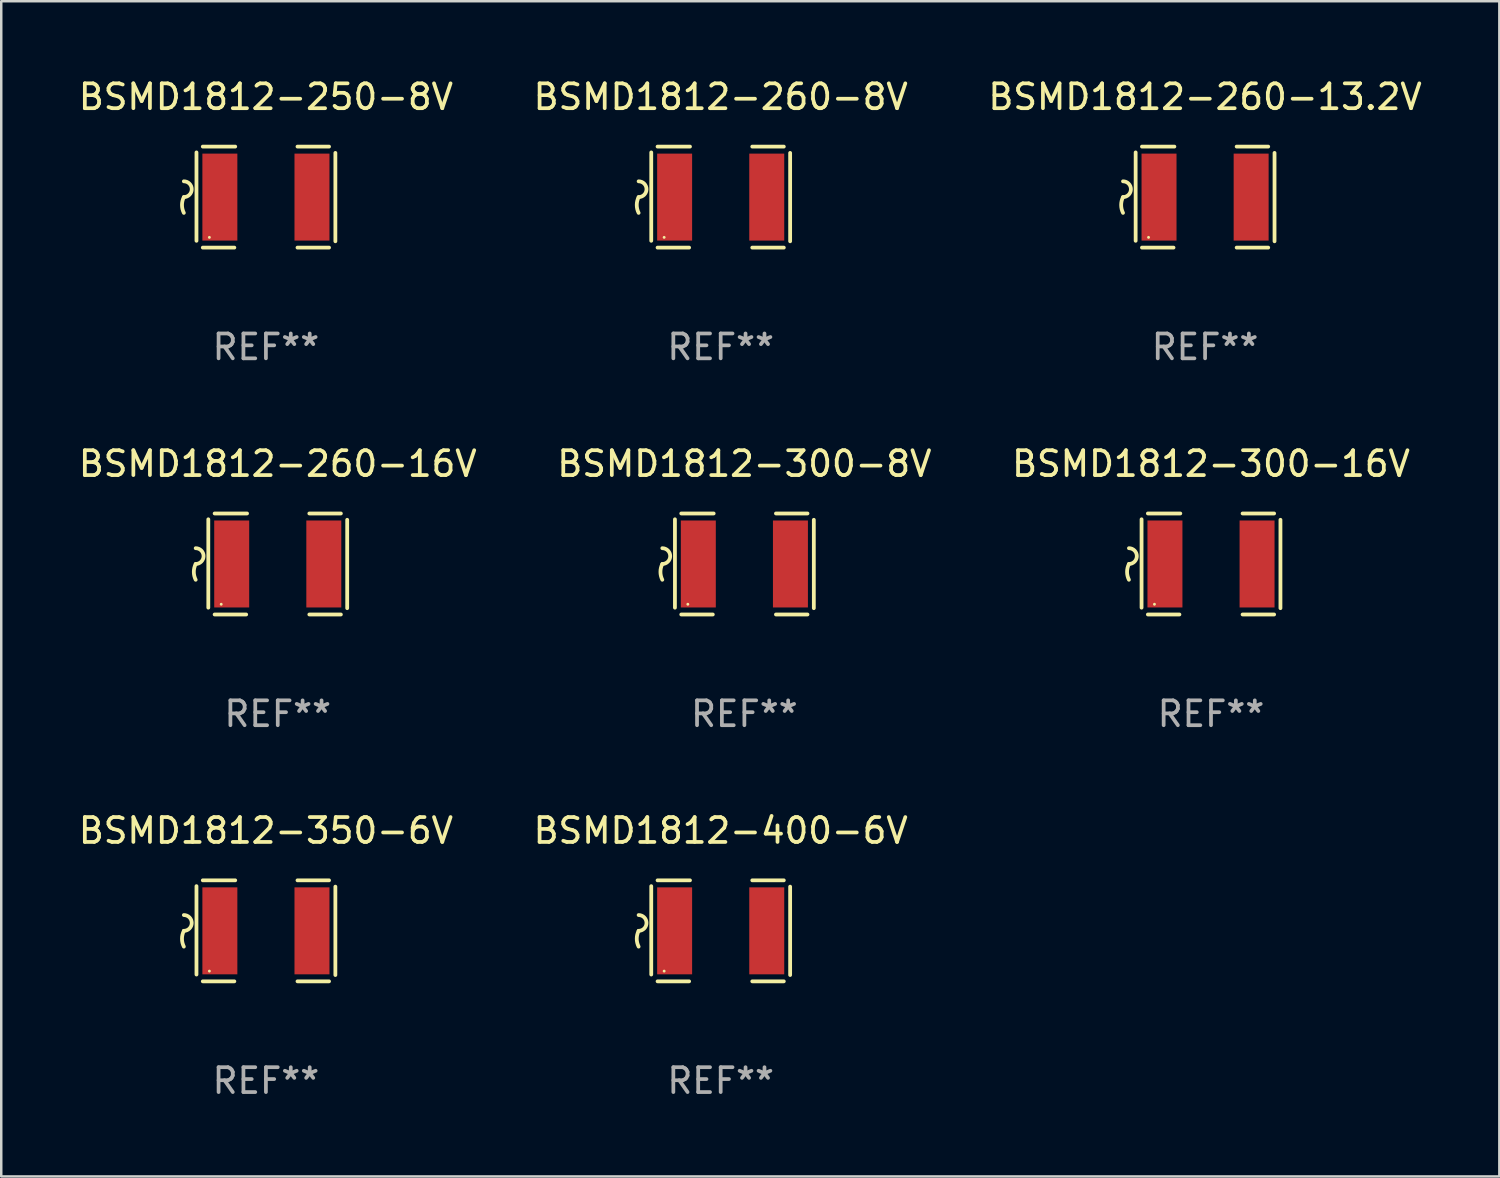
<source format=kicad_pcb>
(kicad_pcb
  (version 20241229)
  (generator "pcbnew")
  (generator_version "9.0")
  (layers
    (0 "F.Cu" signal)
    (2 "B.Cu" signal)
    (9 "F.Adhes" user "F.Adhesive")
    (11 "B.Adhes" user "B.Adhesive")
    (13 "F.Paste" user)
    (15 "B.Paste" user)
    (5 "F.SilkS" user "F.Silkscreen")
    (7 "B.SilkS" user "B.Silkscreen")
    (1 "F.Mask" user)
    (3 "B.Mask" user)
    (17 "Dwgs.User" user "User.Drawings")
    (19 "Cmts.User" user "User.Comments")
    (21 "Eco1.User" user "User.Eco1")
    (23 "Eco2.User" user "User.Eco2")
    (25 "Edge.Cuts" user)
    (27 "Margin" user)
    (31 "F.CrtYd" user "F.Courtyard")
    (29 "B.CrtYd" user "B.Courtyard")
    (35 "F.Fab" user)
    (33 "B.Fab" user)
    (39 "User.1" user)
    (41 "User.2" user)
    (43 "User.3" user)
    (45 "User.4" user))
  (footprint "BSMD1812-250-8V"
    (layer "F.Cu")
    (at 7.649 4.88)
    (property "Reference" "BSMD1812-250-8V" (at 0 -4.032 0) (layer "F.SilkS") (effects (font (size 1 1) (thickness 0.15))))
    (attr through_hole)
    (fp_line (start -2.794 -1.798) (end -2.794 1.758) (stroke (width 0.152) (type solid)) (layer "F.SilkS"))
    (fp_line (start -2.54 -2.032) (end -1.235 -2.032) (stroke (width 0.152) (type solid)) (layer "F.SilkS"))
    (fp_line (start -1.27 2.032) (end -2.54 2.032) (stroke (width 0.152) (type solid)) (layer "F.SilkS"))
    (fp_line (start 1.27 2.032) (end 2.54 2.032) (stroke (width 0.152) (type solid)) (layer "F.SilkS"))
    (fp_line (start 2.54 -2.032) (end 1.27 -2.032) (stroke (width 0.152) (type solid)) (layer "F.SilkS"))
    (fp_line (start 2.794 -1.778) (end 2.794 1.778) (stroke (width 0.152) (type solid)) (layer "F.SilkS"))
    (fp_arc (start -3.302007 -0.635002) (mid -2.984506 -0.317501) (end -3.302007 0) (stroke (width 0.151994) (type solid)) (layer "F.SilkS"))
    (fp_arc (start -3.302007 0.635002) (mid -3.376959 0.317501) (end -3.302007 0) (stroke (width 0.151994) (type solid)) (layer "F.SilkS"))
    (fp_circle (center -2.275 1.62) (end -2.245 1.62) (stroke (width 0.06) (type solid)) (fill no) (layer "F.SilkS"))
    (fp_text user "REF**" (at 0 6.032 0) (layer "F.Fab") (effects (font (size 1 1) (thickness 0.15))))
    (pad "1" smd rect (at -1.853 0) (size 1.407 3.499) (layers "F.Cu" "F.Mask" "F.Paste"))
    (pad "2" smd rect (at 1.853 0) (size 1.407 3.499) (layers "F.Cu" "F.Mask" "F.Paste")))
  (footprint "BSMD1812-260-16V"
    (layer "F.Cu")
    (at 8.125 19.641)
    (property "Reference" "BSMD1812-260-16V" (at 0 -4.032 0) (layer "F.SilkS") (effects (font (size 1 1) (thickness 0.15))))
    (attr through_hole)
    (fp_line (start -2.794 -1.798) (end -2.794 1.758) (stroke (width 0.152) (type solid)) (layer "F.SilkS"))
    (fp_line (start -2.54 -2.032) (end -1.235 -2.032) (stroke (width 0.152) (type solid)) (layer "F.SilkS"))
    (fp_line (start -1.27 2.032) (end -2.54 2.032) (stroke (width 0.152) (type solid)) (layer "F.SilkS"))
    (fp_line (start 1.27 2.032) (end 2.54 2.032) (stroke (width 0.152) (type solid)) (layer "F.SilkS"))
    (fp_line (start 2.54 -2.032) (end 1.27 -2.032) (stroke (width 0.152) (type solid)) (layer "F.SilkS"))
    (fp_line (start 2.794 -1.778) (end 2.794 1.778) (stroke (width 0.152) (type solid)) (layer "F.SilkS"))
    (fp_arc (start -3.302007 -0.635002) (mid -2.984506 -0.317501) (end -3.302007 0) (stroke (width 0.151994) (type solid)) (layer "F.SilkS"))
    (fp_arc (start -3.302007 0.635002) (mid -3.376959 0.317501) (end -3.302007 0) (stroke (width 0.151994) (type solid)) (layer "F.SilkS"))
    (fp_circle (center -2.275 1.62) (end -2.245 1.62) (stroke (width 0.06) (type solid)) (fill no) (layer "F.SilkS"))
    (fp_text user "REF**" (at 0 6.032 0) (layer "F.Fab") (effects (font (size 1 1) (thickness 0.15))))
    (pad "1" smd rect (at -1.853 0) (size 1.407 3.499) (layers "F.Cu" "F.Mask" "F.Paste"))
    (pad "2" smd rect (at 1.853 0) (size 1.407 3.499) (layers "F.Cu" "F.Mask" "F.Paste")))
  (footprint "BSMD1812-300-16V"
    (layer "F.Cu")
    (at 45.673 19.641)
    (property "Reference" "BSMD1812-300-16V" (at 0 -4.032 0) (layer "F.SilkS") (effects (font (size 1 1) (thickness 0.15))))
    (attr through_hole)
    (fp_line (start -2.794 -1.798) (end -2.794 1.758) (stroke (width 0.152) (type solid)) (layer "F.SilkS"))
    (fp_line (start -2.54 -2.032) (end -1.235 -2.032) (stroke (width 0.152) (type solid)) (layer "F.SilkS"))
    (fp_line (start -1.27 2.032) (end -2.54 2.032) (stroke (width 0.152) (type solid)) (layer "F.SilkS"))
    (fp_line (start 1.27 2.032) (end 2.54 2.032) (stroke (width 0.152) (type solid)) (layer "F.SilkS"))
    (fp_line (start 2.54 -2.032) (end 1.27 -2.032) (stroke (width 0.152) (type solid)) (layer "F.SilkS"))
    (fp_line (start 2.794 -1.778) (end 2.794 1.778) (stroke (width 0.152) (type solid)) (layer "F.SilkS"))
    (fp_arc (start -3.302007 -0.635002) (mid -2.984506 -0.317501) (end -3.302007 0) (stroke (width 0.151994) (type solid)) (layer "F.SilkS"))
    (fp_arc (start -3.302007 0.635002) (mid -3.376959 0.317501) (end -3.302007 0) (stroke (width 0.151994) (type solid)) (layer "F.SilkS"))
    (fp_circle (center -2.275 1.62) (end -2.245 1.62) (stroke (width 0.06) (type solid)) (fill no) (layer "F.SilkS"))
    (fp_text user "REF**" (at 0 6.032 0) (layer "F.Fab") (effects (font (size 1 1) (thickness 0.15))))
    (pad "1" smd rect (at -1.853 0) (size 1.407 3.499) (layers "F.Cu" "F.Mask" "F.Paste"))
    (pad "2" smd rect (at 1.853 0) (size 1.407 3.499) (layers "F.Cu" "F.Mask" "F.Paste")))
  (footprint "BSMD1812-350-6V"
    (layer "F.Cu")
    (at 7.649 34.401)
    (property "Reference" "BSMD1812-350-6V" (at 0 -4.032 0) (layer "F.SilkS") (effects (font (size 1 1) (thickness 0.15))))
    (attr through_hole)
    (fp_line (start -2.794 -1.798) (end -2.794 1.758) (stroke (width 0.152) (type solid)) (layer "F.SilkS"))
    (fp_line (start -2.54 -2.032) (end -1.235 -2.032) (stroke (width 0.152) (type solid)) (layer "F.SilkS"))
    (fp_line (start -1.27 2.032) (end -2.54 2.032) (stroke (width 0.152) (type solid)) (layer "F.SilkS"))
    (fp_line (start 1.27 2.032) (end 2.54 2.032) (stroke (width 0.152) (type solid)) (layer "F.SilkS"))
    (fp_line (start 2.54 -2.032) (end 1.27 -2.032) (stroke (width 0.152) (type solid)) (layer "F.SilkS"))
    (fp_line (start 2.794 -1.778) (end 2.794 1.778) (stroke (width 0.152) (type solid)) (layer "F.SilkS"))
    (fp_arc (start -3.302007 -0.635002) (mid -2.984506 -0.317501) (end -3.302007 0) (stroke (width 0.151994) (type solid)) (layer "F.SilkS"))
    (fp_arc (start -3.302007 0.635002) (mid -3.376959 0.317501) (end -3.302007 0) (stroke (width 0.151994) (type solid)) (layer "F.SilkS"))
    (fp_circle (center -2.275 1.62) (end -2.245 1.62) (stroke (width 0.06) (type solid)) (fill no) (layer "F.SilkS"))
    (fp_text user "REF**" (at 0 6.032 0) (layer "F.Fab") (effects (font (size 1 1) (thickness 0.15))))
    (pad "1" smd rect (at -1.853 0) (size 1.407 3.499) (layers "F.Cu" "F.Mask" "F.Paste"))
    (pad "2" smd rect (at 1.853 0) (size 1.407 3.499) (layers "F.Cu" "F.Mask" "F.Paste")))
  (footprint "BSMD1812-260-13.2V"
    (layer "F.Cu")
    (at 45.435 4.88)
    (property "Reference" "BSMD1812-260-13.2V" (at 0 -4.032 0) (layer "F.SilkS") (effects (font (size 1 1) (thickness 0.15))))
    (attr through_hole)
    (fp_line (start -2.794 -1.798) (end -2.794 1.758) (stroke (width 0.152) (type solid)) (layer "F.SilkS"))
    (fp_line (start -2.54 -2.032) (end -1.235 -2.032) (stroke (width 0.152) (type solid)) (layer "F.SilkS"))
    (fp_line (start -1.27 2.032) (end -2.54 2.032) (stroke (width 0.152) (type solid)) (layer "F.SilkS"))
    (fp_line (start 1.27 2.032) (end 2.54 2.032) (stroke (width 0.152) (type solid)) (layer "F.SilkS"))
    (fp_line (start 2.54 -2.032) (end 1.27 -2.032) (stroke (width 0.152) (type solid)) (layer "F.SilkS"))
    (fp_line (start 2.794 -1.778) (end 2.794 1.778) (stroke (width 0.152) (type solid)) (layer "F.SilkS"))
    (fp_arc (start -3.302007 -0.635002) (mid -2.984506 -0.317501) (end -3.302007 0) (stroke (width 0.151994) (type solid)) (layer "F.SilkS"))
    (fp_arc (start -3.302007 0.635002) (mid -3.376959 0.317501) (end -3.302007 0) (stroke (width 0.151994) (type solid)) (layer "F.SilkS"))
    (fp_circle (center -2.275 1.62) (end -2.245 1.62) (stroke (width 0.06) (type solid)) (fill no) (layer "F.SilkS"))
    (fp_text user "REF**" (at 0 6.032 0) (layer "F.Fab") (effects (font (size 1 1) (thickness 0.15))))
    (pad "1" smd rect (at -1.853 0) (size 1.407 3.499) (layers "F.Cu" "F.Mask" "F.Paste"))
    (pad "2" smd rect (at 1.853 0) (size 1.407 3.499) (layers "F.Cu" "F.Mask" "F.Paste")))
  (footprint "BSMD1812-260-8V"
    (layer "F.Cu")
    (at 25.946 4.88)
    (property "Reference" "BSMD1812-260-8V" (at 0 -4.032 0) (layer "F.SilkS") (effects (font (size 1 1) (thickness 0.15))))
    (attr through_hole)
    (fp_line (start -2.794 -1.798) (end -2.794 1.758) (stroke (width 0.152) (type solid)) (layer "F.SilkS"))
    (fp_line (start -2.54 -2.032) (end -1.235 -2.032) (stroke (width 0.152) (type solid)) (layer "F.SilkS"))
    (fp_line (start -1.27 2.032) (end -2.54 2.032) (stroke (width 0.152) (type solid)) (layer "F.SilkS"))
    (fp_line (start 1.27 2.032) (end 2.54 2.032) (stroke (width 0.152) (type solid)) (layer "F.SilkS"))
    (fp_line (start 2.54 -2.032) (end 1.27 -2.032) (stroke (width 0.152) (type solid)) (layer "F.SilkS"))
    (fp_line (start 2.794 -1.778) (end 2.794 1.778) (stroke (width 0.152) (type solid)) (layer "F.SilkS"))
    (fp_arc (start -3.302007 -0.635002) (mid -2.984506 -0.317501) (end -3.302007 0) (stroke (width 0.151994) (type solid)) (layer "F.SilkS"))
    (fp_arc (start -3.302007 0.635002) (mid -3.376959 0.317501) (end -3.302007 0) (stroke (width 0.151994) (type solid)) (layer "F.SilkS"))
    (fp_circle (center -2.275 1.62) (end -2.245 1.62) (stroke (width 0.06) (type solid)) (fill no) (layer "F.SilkS"))
    (fp_text user "REF**" (at 0 6.032 0) (layer "F.Fab") (effects (font (size 1 1) (thickness 0.15))))
    (pad "1" smd rect (at -1.853 0) (size 1.407 3.499) (layers "F.Cu" "F.Mask" "F.Paste"))
    (pad "2" smd rect (at 1.853 0) (size 1.407 3.499) (layers "F.Cu" "F.Mask" "F.Paste")))
  (footprint "BSMD1812-400-6V"
    (layer "F.Cu")
    (at 25.946 34.401)
    (property "Reference" "BSMD1812-400-6V" (at 0 -4.032 0) (layer "F.SilkS") (effects (font (size 1 1) (thickness 0.15))))
    (attr through_hole)
    (fp_line (start -2.794 -1.798) (end -2.794 1.758) (stroke (width 0.152) (type solid)) (layer "F.SilkS"))
    (fp_line (start -2.54 -2.032) (end -1.235 -2.032) (stroke (width 0.152) (type solid)) (layer "F.SilkS"))
    (fp_line (start -1.27 2.032) (end -2.54 2.032) (stroke (width 0.152) (type solid)) (layer "F.SilkS"))
    (fp_line (start 1.27 2.032) (end 2.54 2.032) (stroke (width 0.152) (type solid)) (layer "F.SilkS"))
    (fp_line (start 2.54 -2.032) (end 1.27 -2.032) (stroke (width 0.152) (type solid)) (layer "F.SilkS"))
    (fp_line (start 2.794 -1.778) (end 2.794 1.778) (stroke (width 0.152) (type solid)) (layer "F.SilkS"))
    (fp_arc (start -3.302007 -0.635002) (mid -2.984506 -0.317501) (end -3.302007 0) (stroke (width 0.151994) (type solid)) (layer "F.SilkS"))
    (fp_arc (start -3.302007 0.635002) (mid -3.376959 0.317501) (end -3.302007 0) (stroke (width 0.151994) (type solid)) (layer "F.SilkS"))
    (fp_circle (center -2.275 1.62) (end -2.245 1.62) (stroke (width 0.06) (type solid)) (fill no) (layer "F.SilkS"))
    (fp_text user "REF**" (at 0 6.032 0) (layer "F.Fab") (effects (font (size 1 1) (thickness 0.15))))
    (pad "1" smd rect (at -1.853 0) (size 1.407 3.499) (layers "F.Cu" "F.Mask" "F.Paste"))
    (pad "2" smd rect (at 1.853 0) (size 1.407 3.499) (layers "F.Cu" "F.Mask" "F.Paste")))
  (footprint "BSMD1812-300-8V"
    (layer "F.Cu")
    (at 26.899 19.641)
    (property "Reference" "BSMD1812-300-8V" (at 0 -4.032 0) (layer "F.SilkS") (effects (font (size 1 1) (thickness 0.15))))
    (attr through_hole)
    (fp_line (start -2.794 -1.798) (end -2.794 1.758) (stroke (width 0.152) (type solid)) (layer "F.SilkS"))
    (fp_line (start -2.54 -2.032) (end -1.235 -2.032) (stroke (width 0.152) (type solid)) (layer "F.SilkS"))
    (fp_line (start -1.27 2.032) (end -2.54 2.032) (stroke (width 0.152) (type solid)) (layer "F.SilkS"))
    (fp_line (start 1.27 2.032) (end 2.54 2.032) (stroke (width 0.152) (type solid)) (layer "F.SilkS"))
    (fp_line (start 2.54 -2.032) (end 1.27 -2.032) (stroke (width 0.152) (type solid)) (layer "F.SilkS"))
    (fp_line (start 2.794 -1.778) (end 2.794 1.778) (stroke (width 0.152) (type solid)) (layer "F.SilkS"))
    (fp_arc (start -3.302007 -0.635002) (mid -2.984506 -0.317501) (end -3.302007 0) (stroke (width 0.151994) (type solid)) (layer "F.SilkS"))
    (fp_arc (start -3.302007 0.635002) (mid -3.376959 0.317501) (end -3.302007 0) (stroke (width 0.151994) (type solid)) (layer "F.SilkS"))
    (fp_circle (center -2.275 1.62) (end -2.245 1.62) (stroke (width 0.06) (type solid)) (fill no) (layer "F.SilkS"))
    (fp_text user "REF**" (at 0 6.032 0) (layer "F.Fab") (effects (font (size 1 1) (thickness 0.15))))
    (pad "1" smd rect (at -1.853 0) (size 1.407 3.499) (layers "F.Cu" "F.Mask" "F.Paste"))
    (pad "2" smd rect (at 1.853 0) (size 1.407 3.499) (layers "F.Cu" "F.Mask" "F.Paste")))
  (gr_rect
    (start -3 -3)
    (end 57.274 44.282)
    (stroke (width 0.1) (type default))
    (fill no)
    (layer "Edge.Cuts")))
</source>
